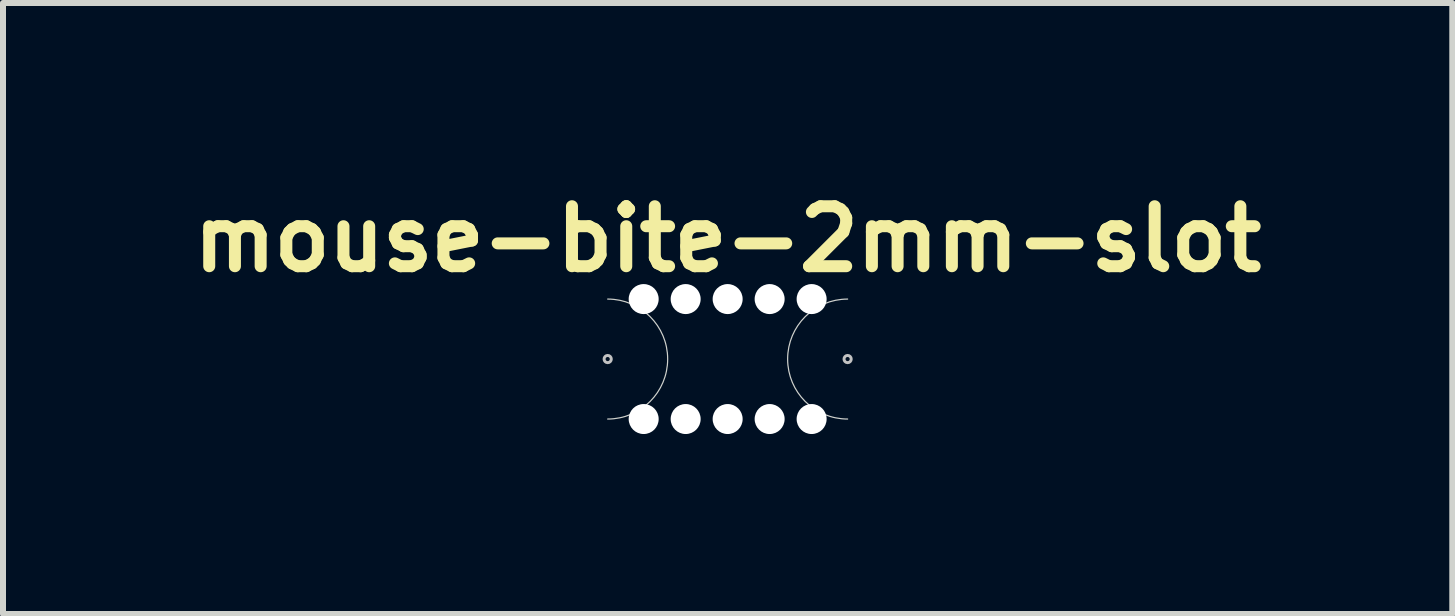
<source format=kicad_pcb>
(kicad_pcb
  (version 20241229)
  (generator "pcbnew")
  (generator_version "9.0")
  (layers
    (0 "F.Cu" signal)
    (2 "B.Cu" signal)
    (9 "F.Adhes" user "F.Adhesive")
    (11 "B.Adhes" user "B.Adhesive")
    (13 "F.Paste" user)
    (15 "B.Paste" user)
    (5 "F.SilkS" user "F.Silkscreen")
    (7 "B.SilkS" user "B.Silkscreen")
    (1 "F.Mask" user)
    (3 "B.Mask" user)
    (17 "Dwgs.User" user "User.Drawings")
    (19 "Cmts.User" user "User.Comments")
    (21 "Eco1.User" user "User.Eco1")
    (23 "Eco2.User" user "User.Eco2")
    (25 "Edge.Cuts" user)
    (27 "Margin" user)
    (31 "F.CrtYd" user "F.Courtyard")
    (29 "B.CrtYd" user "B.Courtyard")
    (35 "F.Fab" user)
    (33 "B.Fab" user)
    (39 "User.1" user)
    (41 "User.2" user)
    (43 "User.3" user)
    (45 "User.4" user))
  (footprint "mouse-bite-2mm-slot"
    (layer "F.Cu")
    (at 9.081 2.936)
    (property "Reference" "mouse-bite-2mm-slot" (at 0 -2 0) (layer "F.SilkS") (effects (font (size 1 1) (thickness 0.2))))
    (attr through_hole)
    (fp_circle (center -2 0) (end -2 -0.06) (stroke (width 0.05) (type solid)) (fill no) (layer "Dwgs.User"))
    (fp_circle (center 2 0) (end 2.06 0) (stroke (width 0.05) (type solid)) (fill no) (layer "Dwgs.User"))
    (fp_line (start -2 0) (end -2 0) (stroke (width 2) (type solid)) (layer "Eco1.User"))
    (fp_line (start 2 0) (end 2 0) (stroke (width 2) (type solid)) (layer "Eco1.User"))
    (fp_arc (start -2 -1) (mid -1 0) (end -2 1) (stroke (width 0.02) (type solid)) (layer "Edge.Cuts"))
    (fp_arc (start 2 1) (mid 1 0) (end 2 -1) (stroke (width 0.02) (type solid)) (layer "Edge.Cuts"))
    (pad "" np_thru_hole circle (at -1.4 -1) (size 0.5 0.5) (drill 0.5) (layers "*.Cu" "*.Mask"))
    (pad "" np_thru_hole circle (at -1.4 1) (size 0.5 0.5) (drill 0.5) (layers "*.Cu" "*.Mask"))
    (pad "" np_thru_hole circle (at -0.7 -1) (size 0.5 0.5) (drill 0.5) (layers "*.Cu" "*.Mask"))
    (pad "" np_thru_hole circle (at -0.7 1) (size 0.5 0.5) (drill 0.5) (layers "*.Cu" "*.Mask"))
    (pad "" np_thru_hole circle (at 0 -1) (size 0.5 0.5) (drill 0.5) (layers "*.Cu" "*.Mask"))
    (pad "" np_thru_hole circle (at 0 1) (size 0.5 0.5) (drill 0.5) (layers "*.Cu" "*.Mask"))
    (pad "" np_thru_hole circle (at 0.7 -1) (size 0.5 0.5) (drill 0.5) (layers "*.Cu" "*.Mask"))
    (pad "" np_thru_hole circle (at 0.7 1) (size 0.5 0.5) (drill 0.5) (layers "*.Cu" "*.Mask"))
    (pad "" np_thru_hole circle (at 1.4 -1) (size 0.5 0.5) (drill 0.5) (layers "*.Cu" "*.Mask"))
    (pad "" np_thru_hole circle (at 1.4 1) (size 0.5 0.5) (drill 0.5) (layers "*.Cu" "*.Mask")))
  (gr_rect
    (start -3 -3)
    (end 21.162 7.186)
    (stroke (width 0.1) (type default))
    (fill no)
    (layer "Edge.Cuts")))
</source>
